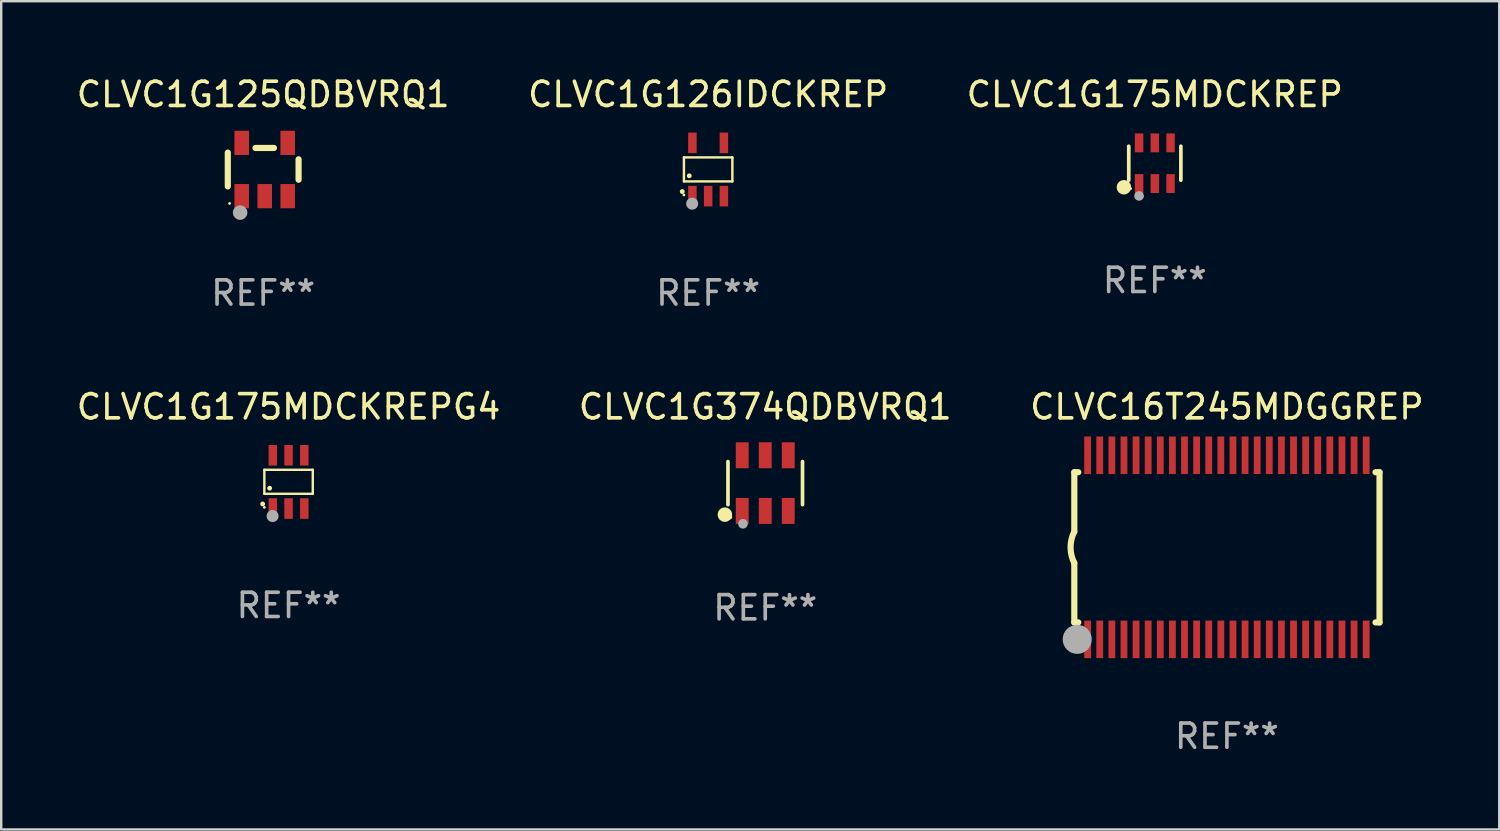
<source format=kicad_pcb>
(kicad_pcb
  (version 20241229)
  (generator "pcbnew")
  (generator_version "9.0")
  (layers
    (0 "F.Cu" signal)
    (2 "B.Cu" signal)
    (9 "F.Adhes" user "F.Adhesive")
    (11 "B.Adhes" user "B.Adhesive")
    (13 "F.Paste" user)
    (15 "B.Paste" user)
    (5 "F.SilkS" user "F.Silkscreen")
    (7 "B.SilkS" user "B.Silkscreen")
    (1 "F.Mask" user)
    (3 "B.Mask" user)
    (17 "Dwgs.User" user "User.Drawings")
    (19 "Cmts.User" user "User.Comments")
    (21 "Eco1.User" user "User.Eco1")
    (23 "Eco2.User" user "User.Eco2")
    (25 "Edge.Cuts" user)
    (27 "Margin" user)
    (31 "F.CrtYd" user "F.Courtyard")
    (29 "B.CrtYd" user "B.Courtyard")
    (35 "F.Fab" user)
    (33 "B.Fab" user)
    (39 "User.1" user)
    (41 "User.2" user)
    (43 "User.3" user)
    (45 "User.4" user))
  (footprint "CLVC16T245MDGGREP"
    (layer "F.Cu")
    (at 47.601 19.545)
    (property "Reference" "CLVC16T245MDGGREP" (at 0 -5.8 0) (layer "F.SilkS") (effects (font (size 1 1) (thickness 0.15))))
    (attr through_hole)
    (fp_line (start -6.3 -3.1) (end -6.3 -0.65) (stroke (width 0.254) (type solid)) (layer "F.SilkS"))
    (fp_line (start -6.3 -3.1) (end -6.134 -3.1) (stroke (width 0.254) (type solid)) (layer "F.SilkS"))
    (fp_line (start -6.3 3.1) (end -6.3 0.65) (stroke (width 0.254) (type solid)) (layer "F.SilkS"))
    (fp_line (start -6.3 3.1) (end -6.134 3.1) (stroke (width 0.254) (type solid)) (layer "F.SilkS"))
    (fp_line (start 6.134 -3.1) (end 6.3 -3.1) (stroke (width 0.254) (type solid)) (layer "F.SilkS"))
    (fp_line (start 6.134 3.1) (end 6.3 3.1) (stroke (width 0.254) (type solid)) (layer "F.SilkS"))
    (fp_line (start 6.3 -3.1) (end 6.3 3.1) (stroke (width 0.254) (type solid)) (layer "F.SilkS"))
    (fp_arc (start -6.301016 0.650114) (mid -6.45413 -0.000082) (end -6.3 -0.650038) (stroke (width 0.254001) (type solid)) (layer "F.SilkS"))
    (fp_circle (center -6.35 3.81) (end -6.223 3.81) (stroke (width 0.254) (type solid)) (fill no) (layer "F.SilkS"))
    (fp_circle (center -6.25 4.05) (end -6.22 4.05) (stroke (width 0.06) (type solid)) (fill no) (layer "F.SilkS"))
    (fp_circle (center -6.18 3.8) (end -5.88 3.8) (stroke (width 0.6) (type solid)) (fill no) (layer "F.Fab"))
    (fp_text user "REF**" (at 0 7.8 0) (layer "F.Fab") (effects (font (size 1 1) (thickness 0.15))))
    (pad "1" smd rect (at -5.75 3.8) (size 0.28 1.55) (layers "F.Cu" "F.Mask" "F.Paste"))
    (pad "2" smd rect (at -5.25 3.8) (size 0.28 1.55) (layers "F.Cu" "F.Mask" "F.Paste"))
    (pad "3" smd rect (at -4.75 3.8) (size 0.28 1.55) (layers "F.Cu" "F.Mask" "F.Paste"))
    (pad "4" smd rect (at -4.25 3.8) (size 0.28 1.55) (layers "F.Cu" "F.Mask" "F.Paste"))
    (pad "5" smd rect (at -3.75 3.8) (size 0.28 1.55) (layers "F.Cu" "F.Mask" "F.Paste"))
    (pad "6" smd rect (at -3.25 3.8) (size 0.28 1.55) (layers "F.Cu" "F.Mask" "F.Paste"))
    (pad "7" smd rect (at -2.75 3.8) (size 0.28 1.55) (layers "F.Cu" "F.Mask" "F.Paste"))
    (pad "8" smd rect (at -2.25 3.8) (size 0.28 1.55) (layers "F.Cu" "F.Mask" "F.Paste"))
    (pad "9" smd rect (at -1.75 3.8) (size 0.28 1.55) (layers "F.Cu" "F.Mask" "F.Paste"))
    (pad "10" smd rect (at -1.25 3.8) (size 0.28 1.55) (layers "F.Cu" "F.Mask" "F.Paste"))
    (pad "11" smd rect (at -0.75 3.8) (size 0.28 1.55) (layers "F.Cu" "F.Mask" "F.Paste"))
    (pad "12" smd rect (at -0.25 3.8) (size 0.28 1.55) (layers "F.Cu" "F.Mask" "F.Paste"))
    (pad "13" smd rect (at 0.25 3.8) (size 0.28 1.55) (layers "F.Cu" "F.Mask" "F.Paste"))
    (pad "14" smd rect (at 0.75 3.8) (size 0.28 1.55) (layers "F.Cu" "F.Mask" "F.Paste"))
    (pad "15" smd rect (at 1.25 3.8) (size 0.28 1.55) (layers "F.Cu" "F.Mask" "F.Paste"))
    (pad "16" smd rect (at 1.75 3.8) (size 0.28 1.55) (layers "F.Cu" "F.Mask" "F.Paste"))
    (pad "17" smd rect (at 2.25 3.8) (size 0.28 1.55) (layers "F.Cu" "F.Mask" "F.Paste"))
    (pad "18" smd rect (at 2.75 3.8) (size 0.28 1.55) (layers "F.Cu" "F.Mask" "F.Paste"))
    (pad "19" smd rect (at 3.25 3.8) (size 0.28 1.55) (layers "F.Cu" "F.Mask" "F.Paste"))
    (pad "20" smd rect (at 3.75 3.8) (size 0.28 1.55) (layers "F.Cu" "F.Mask" "F.Paste"))
    (pad "21" smd rect (at 4.25 3.8) (size 0.28 1.55) (layers "F.Cu" "F.Mask" "F.Paste"))
    (pad "22" smd rect (at 4.75 3.8) (size 0.28 1.55) (layers "F.Cu" "F.Mask" "F.Paste"))
    (pad "23" smd rect (at 5.25 3.8) (size 0.28 1.55) (layers "F.Cu" "F.Mask" "F.Paste"))
    (pad "24" smd rect (at 5.75 3.8) (size 0.28 1.55) (layers "F.Cu" "F.Mask" "F.Paste"))
    (pad "25" smd rect (at 5.75 -3.8) (size 0.28 1.55) (layers "F.Cu" "F.Mask" "F.Paste"))
    (pad "26" smd rect (at 5.25 -3.8) (size 0.28 1.55) (layers "F.Cu" "F.Mask" "F.Paste"))
    (pad "27" smd rect (at 4.75 -3.8) (size 0.28 1.55) (layers "F.Cu" "F.Mask" "F.Paste"))
    (pad "28" smd rect (at 4.25 -3.8) (size 0.28 1.55) (layers "F.Cu" "F.Mask" "F.Paste"))
    (pad "29" smd rect (at 3.75 -3.8) (size 0.28 1.55) (layers "F.Cu" "F.Mask" "F.Paste"))
    (pad "30" smd rect (at 3.25 -3.8) (size 0.28 1.55) (layers "F.Cu" "F.Mask" "F.Paste"))
    (pad "31" smd rect (at 2.75 -3.8) (size 0.28 1.55) (layers "F.Cu" "F.Mask" "F.Paste"))
    (pad "32" smd rect (at 2.25 -3.8) (size 0.28 1.55) (layers "F.Cu" "F.Mask" "F.Paste"))
    (pad "33" smd rect (at 1.75 -3.8) (size 0.28 1.55) (layers "F.Cu" "F.Mask" "F.Paste"))
    (pad "34" smd rect (at 1.25 -3.8) (size 0.28 1.55) (layers "F.Cu" "F.Mask" "F.Paste"))
    (pad "35" smd rect (at 0.75 -3.8) (size 0.28 1.55) (layers "F.Cu" "F.Mask" "F.Paste"))
    (pad "36" smd rect (at 0.25 -3.8) (size 0.28 1.55) (layers "F.Cu" "F.Mask" "F.Paste"))
    (pad "37" smd rect (at -0.25 -3.8) (size 0.28 1.55) (layers "F.Cu" "F.Mask" "F.Paste"))
    (pad "38" smd rect (at -0.75 -3.8) (size 0.28 1.55) (layers "F.Cu" "F.Mask" "F.Paste"))
    (pad "39" smd rect (at -1.25 -3.8) (size 0.28 1.55) (layers "F.Cu" "F.Mask" "F.Paste"))
    (pad "40" smd rect (at -1.75 -3.8) (size 0.28 1.55) (layers "F.Cu" "F.Mask" "F.Paste"))
    (pad "41" smd rect (at -2.25 -3.8) (size 0.28 1.55) (layers "F.Cu" "F.Mask" "F.Paste"))
    (pad "42" smd rect (at -2.75 -3.8) (size 0.28 1.55) (layers "F.Cu" "F.Mask" "F.Paste"))
    (pad "43" smd rect (at -3.25 -3.8) (size 0.28 1.55) (layers "F.Cu" "F.Mask" "F.Paste"))
    (pad "44" smd rect (at -3.75 -3.8) (size 0.28 1.55) (layers "F.Cu" "F.Mask" "F.Paste"))
    (pad "45" smd rect (at -4.25 -3.8) (size 0.28 1.55) (layers "F.Cu" "F.Mask" "F.Paste"))
    (pad "46" smd rect (at -4.75 -3.8) (size 0.28 1.55) (layers "F.Cu" "F.Mask" "F.Paste"))
    (pad "47" smd rect (at -5.25 -3.8) (size 0.28 1.55) (layers "F.Cu" "F.Mask" "F.Paste"))
    (pad "48" smd rect (at -5.75 -3.8) (size 0.28 1.55) (layers "F.Cu" "F.Mask" "F.Paste")))
  (footprint "CLVC1G126IDCKREP"
    (layer "F.Cu")
    (at 26.185 3.948)
    (property "Reference" "CLVC1G126IDCKREP" (at 0 -3.1 0) (layer "F.SilkS") (effects (font (size 1 1) (thickness 0.15))))
    (attr through_hole)
    (fp_line (start -1 -0.5) (end -1 0.49) (stroke (width 0.1) (type solid)) (layer "F.SilkS"))
    (fp_line (start -1 0.49) (end 1 0.49) (stroke (width 0.1) (type solid)) (layer "F.SilkS"))
    (fp_line (start 0.99 -0.5) (end -1 -0.5) (stroke (width 0.1) (type solid)) (layer "F.SilkS"))
    (fp_line (start 1 -0.49) (end 0.99 -0.5) (stroke (width 0.1) (type solid)) (layer "F.SilkS"))
    (fp_line (start 1 0.49) (end 1 -0.49) (stroke (width 0.1) (type solid)) (layer "F.SilkS"))
    (fp_circle (center -1.07 0.91) (end -1.02 0.91) (stroke (width 0.1) (type solid)) (fill no) (layer "F.SilkS"))
    (fp_circle (center -1 1.05) (end -0.97 1.05) (stroke (width 0.06) (type solid)) (fill no) (layer "F.SilkS"))
    (fp_circle (center -0.78 0.26) (end -0.73 0.26) (stroke (width 0.1) (type solid)) (fill no) (layer "F.SilkS"))
    (fp_circle (center -0.66 1.41) (end -0.535 1.41) (stroke (width 0.25) (type solid)) (fill no) (layer "F.Fab"))
    (fp_text user "REF**" (at 0 5.1 0) (layer "F.Fab") (effects (font (size 1 1) (thickness 0.15))))
    (pad "1" smd rect (at -0.65 1.1) (size 0.35 0.85) (layers "F.Cu" "F.Mask" "F.Paste"))
    (pad "2" smd rect (at 0.000051 1.1) (size 0.35 0.85) (layers "F.Cu" "F.Mask" "F.Paste"))
    (pad "3" smd rect (at 0.65 1.1) (size 0.35 0.85) (layers "F.Cu" "F.Mask" "F.Paste"))
    (pad "4" smd rect (at 0.65 -1.1) (size 0.35 0.85) (layers "F.Cu" "F.Mask" "F.Paste"))
    (pad "5" smd rect (at -0.65 -1.1) (size 0.35 0.85) (layers "F.Cu" "F.Mask" "F.Paste")))
  (footprint "CLVC1G374QDBVRQ1"
    (layer "F.Cu")
    (at 28.542 16.894)
    (property "Reference" "CLVC1G374QDBVRQ1" (at 0 -3.149 0) (layer "F.SilkS") (effects (font (size 1 1) (thickness 0.15))))
    (attr through_hole)
    (fp_line (start -1.539 0.889) (end -1.539 -0.889) (stroke (width 0.152) (type solid)) (layer "F.SilkS"))
    (fp_line (start 1.539 0.889) (end 1.539 -0.889) (stroke (width 0.152) (type solid)) (layer "F.SilkS"))
    (fp_circle (center -1.668 1.301) (end -1.518 1.301) (stroke (width 0.3) (type solid)) (fill no) (layer "F.SilkS"))
    (fp_circle (center -1.463 1.4) (end -1.413 1.4) (stroke (width 0.1) (type solid)) (fill no) (layer "F.SilkS"))
    (fp_circle (center -0.92 1.68) (end -0.82 1.68) (stroke (width 0.2) (type solid)) (fill no) (layer "F.Fab"))
    (fp_text user "REF**" (at 0 5.149 0) (layer "F.Fab") (effects (font (size 1 1) (thickness 0.15))))
    (pad "1" smd rect (at -0.95 1.149) (size 0.532 1.072) (layers "F.Cu" "F.Mask" "F.Paste"))
    (pad "2" smd rect (at 0 1.149) (size 0.532 1.072) (layers "F.Cu" "F.Mask" "F.Paste"))
    (pad "3" smd rect (at 0.95 1.149) (size 0.532 1.072) (layers "F.Cu" "F.Mask" "F.Paste"))
    (pad "4" smd rect (at 0.95 -1.149) (size 0.532 1.072) (layers "F.Cu" "F.Mask" "F.Paste"))
    (pad "5" smd rect (at 0 -1.149) (size 0.532 1.072) (layers "F.Cu" "F.Mask" "F.Paste"))
    (pad "6" smd rect (at -0.95 -1.149) (size 0.532 1.072) (layers "F.Cu" "F.Mask" "F.Paste")))
  (footprint "CLVC1G125QDBVRQ1"
    (layer "F.Cu")
    (at 7.815 3.948)
    (property "Reference" "CLVC1G125QDBVRQ1" (at 0 -3.1 0) (layer "F.SilkS") (effects (font (size 1 1) (thickness 0.15))))
    (attr through_hole)
    (fp_line (start -1.461 -0.699) (end -1.461 0.699) (stroke (width 0.254) (type solid)) (layer "F.SilkS"))
    (fp_line (start -0.318 -0.889) (end 0.445 -0.889) (stroke (width 0.254) (type solid)) (layer "F.SilkS"))
    (fp_line (start 1.461 -0.422) (end 1.461 0.422) (stroke (width 0.254) (type solid)) (layer "F.SilkS"))
    (fp_circle (center -1.387 1.4) (end -1.357 1.4) (stroke (width 0.06) (type solid)) (fill no) (layer "F.SilkS"))
    (fp_circle (center -0.953 1.778) (end -0.802 1.778) (stroke (width 0.3) (type solid)) (fill no) (layer "F.Fab"))
    (fp_text user "REF**" (at 0 5.1 0) (layer "F.Fab") (effects (font (size 1 1) (thickness 0.15))))
    (pad "1" smd rect (at -0.886 1.1) (size 0.6 1) (layers "F.Cu" "F.Mask" "F.Paste"))
    (pad "2" smd rect (at 0.064 1.1) (size 0.6 1) (layers "F.Cu" "F.Mask" "F.Paste"))
    (pad "3" smd rect (at 1.013 1.1) (size 0.6 1) (layers "F.Cu" "F.Mask" "F.Paste"))
    (pad "4" smd rect (at 1.013 -1.1) (size 0.6 1) (layers "F.Cu" "F.Mask" "F.Paste"))
    (pad "5" smd rect (at -0.886 -1.1) (size 0.6 1) (layers "F.Cu" "F.Mask" "F.Paste")))
  (footprint "CLVC1G175MDCKREPG4"
    (layer "F.Cu")
    (at 8.863 16.845)
    (property "Reference" "CLVC1G175MDCKREPG4" (at 0 -3.1 0) (layer "F.SilkS") (effects (font (size 1 1) (thickness 0.15))))
    (attr through_hole)
    (fp_line (start -1 -0.5) (end -1 0.49) (stroke (width 0.1) (type solid)) (layer "F.SilkS"))
    (fp_line (start -1 0.49) (end 1 0.49) (stroke (width 0.1) (type solid)) (layer "F.SilkS"))
    (fp_line (start 0.99 -0.5) (end -1 -0.5) (stroke (width 0.1) (type solid)) (layer "F.SilkS"))
    (fp_line (start 1 -0.49) (end 0.99 -0.5) (stroke (width 0.1) (type solid)) (layer "F.SilkS"))
    (fp_line (start 1 0.49) (end 1 -0.49) (stroke (width 0.1) (type solid)) (layer "F.SilkS"))
    (fp_circle (center -1.07 0.91) (end -1.02 0.91) (stroke (width 0.1) (type solid)) (fill no) (layer "F.SilkS"))
    (fp_circle (center -1 1.05) (end -0.97 1.05) (stroke (width 0.06) (type solid)) (fill no) (layer "F.SilkS"))
    (fp_circle (center -0.78 0.26) (end -0.73 0.26) (stroke (width 0.1) (type solid)) (fill no) (layer "F.SilkS"))
    (fp_circle (center -0.66 1.41) (end -0.535 1.41) (stroke (width 0.25) (type solid)) (fill no) (layer "F.Fab"))
    (fp_text user "REF**" (at 0 5.1 0) (layer "F.Fab") (effects (font (size 1 1) (thickness 0.15))))
    (pad "1" smd rect (at -0.65 1.1) (size 0.35 0.85) (layers "F.Cu" "F.Mask" "F.Paste"))
    (pad "2" smd rect (at 0 1.1) (size 0.35 0.85) (layers "F.Cu" "F.Mask" "F.Paste"))
    (pad "3" smd rect (at 0.65 1.1) (size 0.35 0.85) (layers "F.Cu" "F.Mask" "F.Paste"))
    (pad "4" smd rect (at 0.65 -1.1) (size 0.35 0.85) (layers "F.Cu" "F.Mask" "F.Paste"))
    (pad "5" smd rect (at 0 -1.1) (size 0.35 0.85) (layers "F.Cu" "F.Mask" "F.Paste"))
    (pad "6" smd rect (at -0.65 -1.1) (size 0.35 0.85) (layers "F.Cu" "F.Mask" "F.Paste")))
  (footprint "CLVC1G175MDCKREP"
    (layer "F.Cu")
    (at 44.625 3.688)
    (property "Reference" "CLVC1G175MDCKREP" (at 0 -2.84 0) (layer "F.SilkS") (effects (font (size 1 1) (thickness 0.15))))
    (attr through_hole)
    (fp_line (start -1.076 0.701) (end -1.076 -0.701) (stroke (width 0.152) (type solid)) (layer "F.SilkS"))
    (fp_line (start 1.076 0.701) (end 1.076 -0.701) (stroke (width 0.152) (type solid)) (layer "F.SilkS"))
    (fp_circle (center -1.277 0.992) (end -1.127 0.992) (stroke (width 0.3) (type solid)) (fill no) (layer "F.SilkS"))
    (fp_circle (center -1 1.05) (end -0.97 1.05) (stroke (width 0.06) (type solid)) (fill no) (layer "F.SilkS"))
    (fp_circle (center -0.65 1.35) (end -0.55 1.35) (stroke (width 0.2) (type solid)) (fill no) (layer "F.Fab"))
    (fp_text user "REF**" (at 0 4.84 0) (layer "F.Fab") (effects (font (size 1 1) (thickness 0.15))))
    (pad "1" smd rect (at -0.65 0.84) (size 0.35 0.78) (layers "F.Cu" "F.Mask" "F.Paste"))
    (pad "2" smd rect (at 0 0.84) (size 0.35 0.78) (layers "F.Cu" "F.Mask" "F.Paste"))
    (pad "3" smd rect (at 0.65 0.84) (size 0.35 0.78) (layers "F.Cu" "F.Mask" "F.Paste"))
    (pad "4" smd rect (at 0.65 -0.84) (size 0.35 0.78) (layers "F.Cu" "F.Mask" "F.Paste"))
    (pad "5" smd rect (at 0 -0.84) (size 0.35 0.78) (layers "F.Cu" "F.Mask" "F.Paste"))
    (pad "6" smd rect (at -0.65 -0.84) (size 0.35 0.78) (layers "F.Cu" "F.Mask" "F.Paste")))
  (gr_rect
    (start -3 -3)
    (end 58.845 31.193)
    (stroke (width 0.1) (type default))
    (fill no)
    (layer "Edge.Cuts")))
</source>
